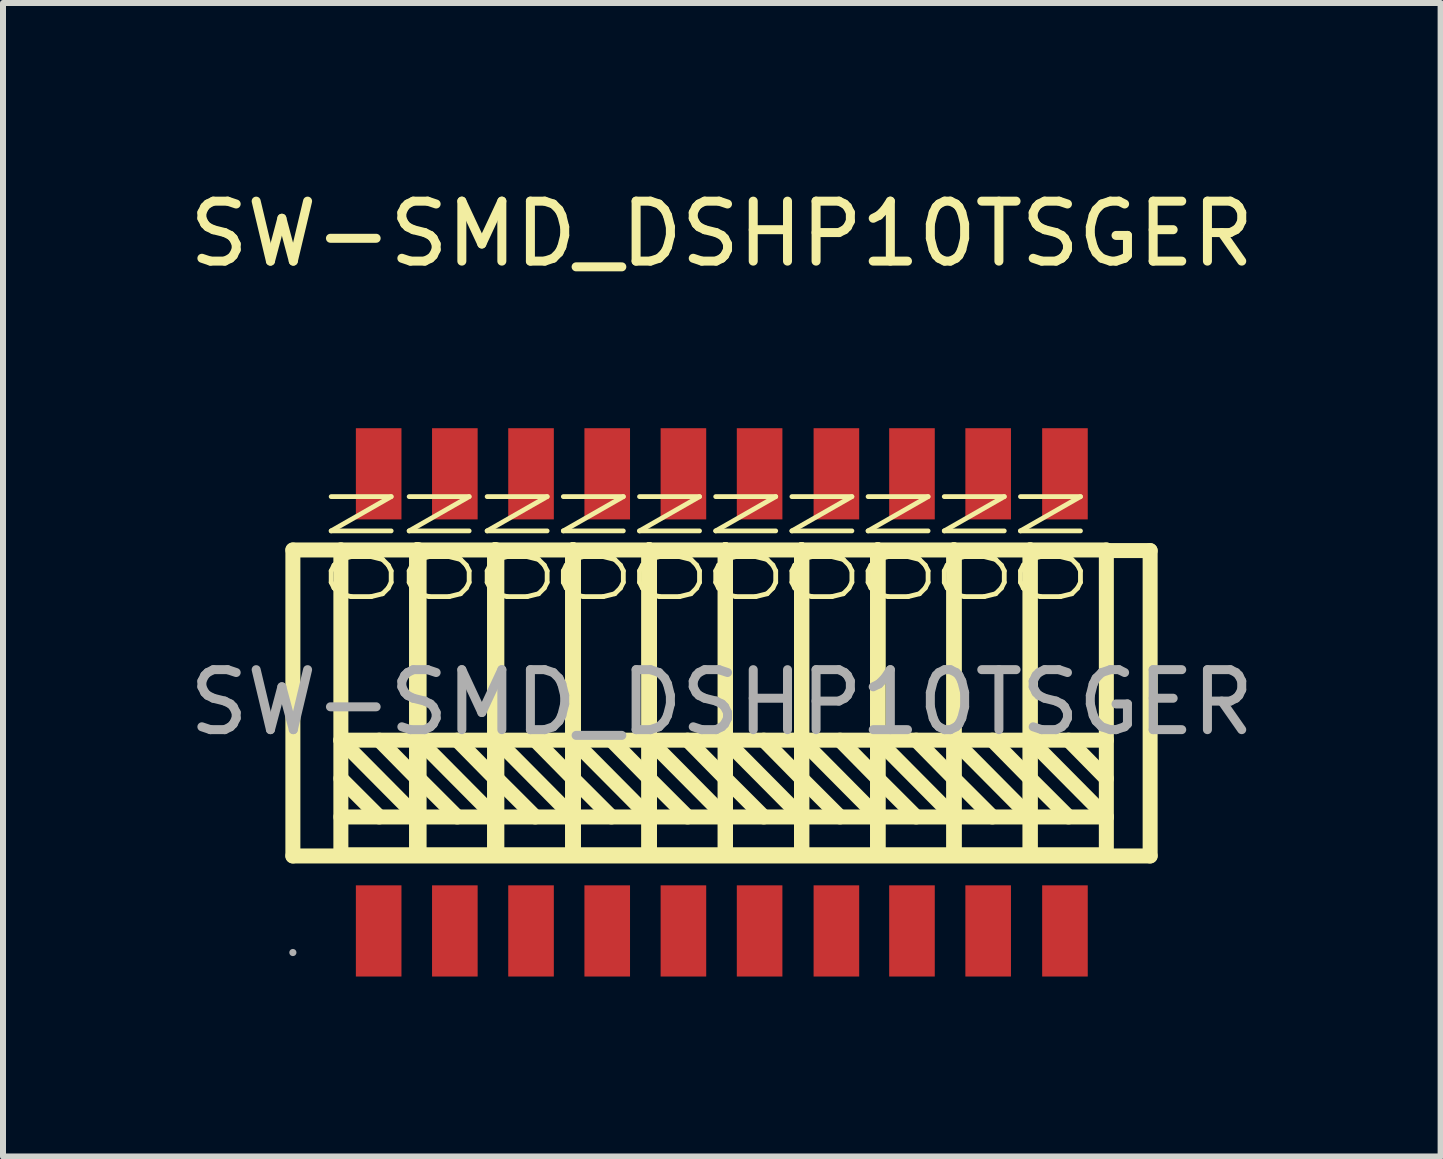
<source format=kicad_pcb>
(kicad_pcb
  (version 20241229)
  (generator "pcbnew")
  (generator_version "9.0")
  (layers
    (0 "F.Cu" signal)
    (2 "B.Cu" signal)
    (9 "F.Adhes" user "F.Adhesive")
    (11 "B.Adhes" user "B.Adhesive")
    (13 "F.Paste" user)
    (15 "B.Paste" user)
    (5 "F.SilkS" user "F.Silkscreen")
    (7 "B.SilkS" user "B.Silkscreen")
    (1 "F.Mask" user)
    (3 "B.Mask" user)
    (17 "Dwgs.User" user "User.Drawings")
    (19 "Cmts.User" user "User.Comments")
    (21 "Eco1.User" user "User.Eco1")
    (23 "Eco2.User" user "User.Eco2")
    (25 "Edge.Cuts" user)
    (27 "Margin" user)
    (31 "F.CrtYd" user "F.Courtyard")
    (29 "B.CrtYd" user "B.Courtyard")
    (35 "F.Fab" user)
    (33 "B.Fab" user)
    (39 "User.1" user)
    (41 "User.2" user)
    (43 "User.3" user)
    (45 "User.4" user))
  (footprint "SW-SMD_DSHP10TSGER"
    (layer "F.Cu")
    (at 8.982 8.658)
    (property "Reference" "SW-SMD_DSHP10TSGER" (at 0 -7.81 0) (layer "F.SilkS") (effects (font (size 1 1) (thickness 0.15))))
    (attr through_hole)
    (fp_line (start -7.15 -2.54) (end -7.15 2.56) (stroke (width 0.25) (type solid)) (layer "F.SilkS"))
    (fp_line (start -7.15 2.56) (end 7.14 2.56) (stroke (width 0.25) (type solid)) (layer "F.SilkS"))
    (fp_line (start -6.35 -2.54) (end -7.15 -2.54) (stroke (width 0.25) (type solid)) (layer "F.SilkS"))
    (fp_line (start -6.35 -2.54) (end -6.35 2.54) (stroke (width 0.25) (type solid)) (layer "F.SilkS"))
    (fp_line (start -6.35 0.63) (end -5.08 1.91) (stroke (width 0.25) (type solid)) (layer "F.SilkS"))
    (fp_line (start -6.35 1.27) (end -5.71 1.91) (stroke (width 0.25) (type solid)) (layer "F.SilkS"))
    (fp_line (start -6.35 2.54) (end -5.08 2.54) (stroke (width 0.25) (type solid)) (layer "F.SilkS"))
    (fp_line (start -5.71 0.63) (end -5.08 1.27) (stroke (width 0.25) (type solid)) (layer "F.SilkS"))
    (fp_line (start -5.08 -2.54) (end -6.35 -2.54) (stroke (width 0.25) (type solid)) (layer "F.SilkS"))
    (fp_line (start -5.08 -2.54) (end -5.08 2.54) (stroke (width 0.25) (type solid)) (layer "F.SilkS"))
    (fp_line (start -5.08 -2.54) (end -5.08 2.54) (stroke (width 0.25) (type solid)) (layer "F.SilkS"))
    (fp_line (start -5.08 -2.54) (end -5.08 2.54) (stroke (width 0.25) (type solid)) (layer "F.SilkS"))
    (fp_line (start -5.08 0.63) (end -6.35 0.63) (stroke (width 0.25) (type solid)) (layer "F.SilkS"))
    (fp_line (start -5.08 1.91) (end -6.35 1.91) (stroke (width 0.25) (type solid)) (layer "F.SilkS"))
    (fp_line (start -5.08 2.54) (end -5.08 -2.54) (stroke (width 0.25) (type solid)) (layer "F.SilkS"))
    (fp_line (start -5.08 2.54) (end -5.08 -2.54) (stroke (width 0.25) (type solid)) (layer "F.SilkS"))
    (fp_line (start -5.08 2.54) (end -5.08 -2.54) (stroke (width 0.25) (type solid)) (layer "F.SilkS"))
    (fp_line (start -5.05 -2.54) (end -3.78 -2.54) (stroke (width 0.25) (type solid)) (layer "F.SilkS"))
    (fp_line (start -5.05 0.63) (end -3.78 0.63) (stroke (width 0.25) (type solid)) (layer "F.SilkS"))
    (fp_line (start -5.05 1.27) (end -4.41 1.91) (stroke (width 0.25) (type solid)) (layer "F.SilkS"))
    (fp_line (start -5.05 1.91) (end -3.78 1.91) (stroke (width 0.25) (type solid)) (layer "F.SilkS"))
    (fp_line (start -5.05 2.54) (end -5.05 -2.54) (stroke (width 0.25) (type solid)) (layer "F.SilkS"))
    (fp_line (start -5.05 2.54) (end -5.05 -2.54) (stroke (width 0.25) (type solid)) (layer "F.SilkS"))
    (fp_line (start -4.41 0.63) (end -3.78 1.27) (stroke (width 0.25) (type solid)) (layer "F.SilkS"))
    (fp_line (start -3.78 -2.54) (end -3.78 2.54) (stroke (width 0.25) (type solid)) (layer "F.SilkS"))
    (fp_line (start -3.78 -2.54) (end -3.78 2.54) (stroke (width 0.25) (type solid)) (layer "F.SilkS"))
    (fp_line (start -3.78 -2.54) (end -3.78 2.54) (stroke (width 0.25) (type solid)) (layer "F.SilkS"))
    (fp_line (start -3.78 1.91) (end -5.05 0.63) (stroke (width 0.25) (type solid)) (layer "F.SilkS"))
    (fp_line (start -3.78 2.54) (end -5.05 2.54) (stroke (width 0.25) (type solid)) (layer "F.SilkS"))
    (fp_line (start -3.78 2.54) (end -3.78 -2.54) (stroke (width 0.25) (type solid)) (layer "F.SilkS"))
    (fp_line (start -3.78 2.54) (end -3.78 -2.54) (stroke (width 0.25) (type solid)) (layer "F.SilkS"))
    (fp_line (start -3.78 2.54) (end -3.78 -2.54) (stroke (width 0.25) (type solid)) (layer "F.SilkS"))
    (fp_line (start -3.75 -2.54) (end -3.75 2.54) (stroke (width 0.25) (type solid)) (layer "F.SilkS"))
    (fp_line (start -3.75 0.63) (end -2.48 1.91) (stroke (width 0.25) (type solid)) (layer "F.SilkS"))
    (fp_line (start -3.75 1.27) (end -3.11 1.91) (stroke (width 0.25) (type solid)) (layer "F.SilkS"))
    (fp_line (start -3.75 1.91) (end -2.48 1.91) (stroke (width 0.25) (type solid)) (layer "F.SilkS"))
    (fp_line (start -3.75 2.54) (end -2.48 2.54) (stroke (width 0.25) (type solid)) (layer "F.SilkS"))
    (fp_line (start -3.11 0.63) (end -2.48 1.27) (stroke (width 0.25) (type solid)) (layer "F.SilkS"))
    (fp_line (start -2.48 -2.54) (end -3.75 -2.54) (stroke (width 0.25) (type solid)) (layer "F.SilkS"))
    (fp_line (start -2.48 -2.54) (end -2.48 2.54) (stroke (width 0.25) (type solid)) (layer "F.SilkS"))
    (fp_line (start -2.48 -2.54) (end -2.48 2.54) (stroke (width 0.25) (type solid)) (layer "F.SilkS"))
    (fp_line (start -2.48 -2.54) (end -1.21 -2.54) (stroke (width 0.25) (type solid)) (layer "F.SilkS"))
    (fp_line (start -2.48 0.63) (end -3.75 0.63) (stroke (width 0.25) (type solid)) (layer "F.SilkS"))
    (fp_line (start -2.48 0.63) (end -1.21 1.91) (stroke (width 0.25) (type solid)) (layer "F.SilkS"))
    (fp_line (start -2.48 1.27) (end -1.84 1.91) (stroke (width 0.25) (type solid)) (layer "F.SilkS"))
    (fp_line (start -2.48 1.91) (end -1.21 1.91) (stroke (width 0.25) (type solid)) (layer "F.SilkS"))
    (fp_line (start -2.48 2.54) (end -2.48 -2.54) (stroke (width 0.25) (type solid)) (layer "F.SilkS"))
    (fp_line (start -2.48 2.54) (end -2.48 -2.54) (stroke (width 0.25) (type solid)) (layer "F.SilkS"))
    (fp_line (start -2.48 2.54) (end -2.48 -2.54) (stroke (width 0.25) (type solid)) (layer "F.SilkS"))
    (fp_line (start -2.48 2.54) (end -2.48 -2.54) (stroke (width 0.25) (type solid)) (layer "F.SilkS"))
    (fp_line (start -1.84 0.63) (end -1.21 1.27) (stroke (width 0.25) (type solid)) (layer "F.SilkS"))
    (fp_line (start -1.21 -2.54) (end -1.21 2.54) (stroke (width 0.25) (type solid)) (layer "F.SilkS"))
    (fp_line (start -1.21 -2.54) (end -1.21 2.54) (stroke (width 0.25) (type solid)) (layer "F.SilkS"))
    (fp_line (start -1.21 -2.54) (end -1.21 2.54) (stroke (width 0.25) (type solid)) (layer "F.SilkS"))
    (fp_line (start -1.21 -2.54) (end 0.06 -2.54) (stroke (width 0.25) (type solid)) (layer "F.SilkS"))
    (fp_line (start -1.21 0.63) (end -2.48 0.63) (stroke (width 0.25) (type solid)) (layer "F.SilkS"))
    (fp_line (start -1.21 0.63) (end 0.06 0.63) (stroke (width 0.25) (type solid)) (layer "F.SilkS"))
    (fp_line (start -1.21 1.27) (end -0.57 1.91) (stroke (width 0.25) (type solid)) (layer "F.SilkS"))
    (fp_line (start -1.21 1.91) (end 0.06 1.91) (stroke (width 0.25) (type solid)) (layer "F.SilkS"))
    (fp_line (start -1.21 2.54) (end -2.48 2.54) (stroke (width 0.25) (type solid)) (layer "F.SilkS"))
    (fp_line (start -1.21 2.54) (end -1.21 -2.54) (stroke (width 0.25) (type solid)) (layer "F.SilkS"))
    (fp_line (start -1.21 2.54) (end -1.21 -2.54) (stroke (width 0.25) (type solid)) (layer "F.SilkS"))
    (fp_line (start -1.21 2.54) (end -1.21 -2.54) (stroke (width 0.25) (type solid)) (layer "F.SilkS"))
    (fp_line (start -0.57 0.63) (end 0.06 1.27) (stroke (width 0.25) (type solid)) (layer "F.SilkS"))
    (fp_line (start 0.06 -2.54) (end 0.06 2.54) (stroke (width 0.25) (type solid)) (layer "F.SilkS"))
    (fp_line (start 0.06 -2.54) (end 0.06 2.54) (stroke (width 0.25) (type solid)) (layer "F.SilkS"))
    (fp_line (start 0.06 -2.54) (end 0.06 2.54) (stroke (width 0.25) (type solid)) (layer "F.SilkS"))
    (fp_line (start 0.06 -2.54) (end 1.33 -2.54) (stroke (width 0.25) (type solid)) (layer "F.SilkS"))
    (fp_line (start 0.06 0.63) (end 1.33 0.63) (stroke (width 0.25) (type solid)) (layer "F.SilkS"))
    (fp_line (start 0.06 0.63) (end 1.33 1.91) (stroke (width 0.25) (type solid)) (layer "F.SilkS"))
    (fp_line (start 0.06 1.27) (end 0.7 1.91) (stroke (width 0.25) (type solid)) (layer "F.SilkS"))
    (fp_line (start 0.06 1.91) (end -1.21 0.63) (stroke (width 0.25) (type solid)) (layer "F.SilkS"))
    (fp_line (start 0.06 2.54) (end -1.21 2.54) (stroke (width 0.25) (type solid)) (layer "F.SilkS"))
    (fp_line (start 0.06 2.54) (end 0.06 -2.54) (stroke (width 0.25) (type solid)) (layer "F.SilkS"))
    (fp_line (start 0.06 2.54) (end 0.06 -2.54) (stroke (width 0.25) (type solid)) (layer "F.SilkS"))
    (fp_line (start 0.06 2.54) (end 0.06 -2.54) (stroke (width 0.25) (type solid)) (layer "F.SilkS"))
    (fp_line (start 0.7 0.63) (end 1.33 1.27) (stroke (width 0.25) (type solid)) (layer "F.SilkS"))
    (fp_line (start 1.33 -2.54) (end 1.33 2.54) (stroke (width 0.25) (type solid)) (layer "F.SilkS"))
    (fp_line (start 1.33 -2.54) (end 1.33 2.54) (stroke (width 0.25) (type solid)) (layer "F.SilkS"))
    (fp_line (start 1.33 -2.54) (end 2.6 -2.54) (stroke (width 0.25) (type solid)) (layer "F.SilkS"))
    (fp_line (start 1.33 0.63) (end 2.6 0.63) (stroke (width 0.25) (type solid)) (layer "F.SilkS"))
    (fp_line (start 1.33 0.63) (end 2.6 1.91) (stroke (width 0.25) (type solid)) (layer "F.SilkS"))
    (fp_line (start 1.33 1.27) (end 1.97 1.91) (stroke (width 0.25) (type solid)) (layer "F.SilkS"))
    (fp_line (start 1.33 1.91) (end 0.06 1.91) (stroke (width 0.25) (type solid)) (layer "F.SilkS"))
    (fp_line (start 1.33 2.54) (end 0.06 2.54) (stroke (width 0.25) (type solid)) (layer "F.SilkS"))
    (fp_line (start 1.33 2.54) (end 1.33 -2.54) (stroke (width 0.25) (type solid)) (layer "F.SilkS"))
    (fp_line (start 1.33 2.54) (end 1.33 -2.54) (stroke (width 0.25) (type solid)) (layer "F.SilkS"))
    (fp_line (start 1.33 2.54) (end 1.33 -2.54) (stroke (width 0.25) (type solid)) (layer "F.SilkS"))
    (fp_line (start 1.97 0.63) (end 2.6 1.27) (stroke (width 0.25) (type solid)) (layer "F.SilkS"))
    (fp_line (start 2.6 -2.54) (end 2.6 2.54) (stroke (width 0.25) (type solid)) (layer "F.SilkS"))
    (fp_line (start 2.6 -2.54) (end 2.6 2.54) (stroke (width 0.25) (type solid)) (layer "F.SilkS"))
    (fp_line (start 2.6 -2.54) (end 2.6 2.54) (stroke (width 0.25) (type solid)) (layer "F.SilkS"))
    (fp_line (start 2.6 0.63) (end 3.87 0.63) (stroke (width 0.25) (type solid)) (layer "F.SilkS"))
    (fp_line (start 2.6 0.63) (end 3.87 1.91) (stroke (width 0.25) (type solid)) (layer "F.SilkS"))
    (fp_line (start 2.6 1.27) (end 3.24 1.91) (stroke (width 0.25) (type solid)) (layer "F.SilkS"))
    (fp_line (start 2.6 1.91) (end 1.33 1.91) (stroke (width 0.25) (type solid)) (layer "F.SilkS"))
    (fp_line (start 2.6 2.54) (end 1.33 2.54) (stroke (width 0.25) (type solid)) (layer "F.SilkS"))
    (fp_line (start 2.6 2.54) (end 2.6 -2.54) (stroke (width 0.25) (type solid)) (layer "F.SilkS"))
    (fp_line (start 2.6 2.54) (end 3.87 2.54) (stroke (width 0.25) (type solid)) (layer "F.SilkS"))
    (fp_line (start 3.24 0.63) (end 3.87 1.27) (stroke (width 0.25) (type solid)) (layer "F.SilkS"))
    (fp_line (start 3.87 -2.54) (end 2.6 -2.54) (stroke (width 0.25) (type solid)) (layer "F.SilkS"))
    (fp_line (start 3.87 -2.54) (end 5.14 -2.54) (stroke (width 0.25) (type solid)) (layer "F.SilkS"))
    (fp_line (start 3.87 0.63) (end 5.14 0.63) (stroke (width 0.25) (type solid)) (layer "F.SilkS"))
    (fp_line (start 3.87 1.27) (end 4.51 1.91) (stroke (width 0.25) (type solid)) (layer "F.SilkS"))
    (fp_line (start 3.87 1.91) (end 2.6 1.91) (stroke (width 0.25) (type solid)) (layer "F.SilkS"))
    (fp_line (start 3.87 2.54) (end 3.87 -2.54) (stroke (width 0.25) (type solid)) (layer "F.SilkS"))
    (fp_line (start 3.87 2.54) (end 3.87 -2.54) (stroke (width 0.25) (type solid)) (layer "F.SilkS"))
    (fp_line (start 3.87 2.54) (end 3.87 -2.54) (stroke (width 0.25) (type solid)) (layer "F.SilkS"))
    (fp_line (start 4.51 0.63) (end 5.14 1.27) (stroke (width 0.25) (type solid)) (layer "F.SilkS"))
    (fp_line (start 5.14 -2.54) (end 5.14 2.54) (stroke (width 0.25) (type solid)) (layer "F.SilkS"))
    (fp_line (start 5.14 -2.54) (end 5.14 2.54) (stroke (width 0.25) (type solid)) (layer "F.SilkS"))
    (fp_line (start 5.14 0.63) (end 6.41 1.91) (stroke (width 0.25) (type solid)) (layer "F.SilkS"))
    (fp_line (start 5.14 1.27) (end 5.78 1.91) (stroke (width 0.25) (type solid)) (layer "F.SilkS"))
    (fp_line (start 5.14 1.91) (end 3.87 0.63) (stroke (width 0.25) (type solid)) (layer "F.SilkS"))
    (fp_line (start 5.14 1.91) (end 3.87 1.91) (stroke (width 0.25) (type solid)) (layer "F.SilkS"))
    (fp_line (start 5.14 2.54) (end 3.87 2.54) (stroke (width 0.25) (type solid)) (layer "F.SilkS"))
    (fp_line (start 5.14 2.54) (end 6.41 2.54) (stroke (width 0.25) (type solid)) (layer "F.SilkS"))
    (fp_line (start 5.78 0.63) (end 6.41 1.27) (stroke (width 0.25) (type solid)) (layer "F.SilkS"))
    (fp_line (start 6.41 -2.54) (end 5.14 -2.54) (stroke (width 0.25) (type solid)) (layer "F.SilkS"))
    (fp_line (start 6.41 0.63) (end 5.14 0.63) (stroke (width 0.25) (type solid)) (layer "F.SilkS"))
    (fp_line (start 6.41 1.91) (end 5.14 1.91) (stroke (width 0.25) (type solid)) (layer "F.SilkS"))
    (fp_line (start 6.41 2.54) (end 6.41 -2.54) (stroke (width 0.25) (type solid)) (layer "F.SilkS"))
    (fp_line (start 7.14 -2.53) (end 6.41 -2.53) (stroke (width 0.25) (type solid)) (layer "F.SilkS"))
    (fp_line (start 7.14 2.56) (end 7.14 -2.53) (stroke (width 0.25) (type solid)) (layer "F.SilkS"))
    (fp_circle (center -7.15 4.17) (end -7.12 4.17) (stroke (width 0.06) (type solid)) (fill no) (layer "F.Fab"))
    (fp_text user "ON" (at -4.67 -1.52 270) (layer "F.SilkS") (effects (font (size 1 1) (thickness 0.08)) (justify left)))
    (fp_text user "ON" (at 5.52 -1.52 270) (layer "F.SilkS") (effects (font (size 1 1) (thickness 0.08)) (justify left)))
    (fp_text user "ON" (at -3.37 -1.52 270) (layer "F.SilkS") (effects (font (size 1 1) (thickness 0.08)) (justify left)))
    (fp_text user "ON" (at 2.98 -1.52 270) (layer "F.SilkS") (effects (font (size 1 1) (thickness 0.08)) (justify left)))
    (fp_text user "ON" (at -0.83 -1.52 270) (layer "F.SilkS") (effects (font (size 1 1) (thickness 0.08)) (justify left)))
    (fp_text user "ON" (at -5.97 -1.52 270) (layer "F.SilkS") (effects (font (size 1 1) (thickness 0.08)) (justify left)))
    (fp_text user "ON" (at -2.1 -1.52 270) (layer "F.SilkS") (effects (font (size 1 1) (thickness 0.08)) (justify left)))
    (fp_text user "ON" (at 1.71 -1.52 270) (layer "F.SilkS") (effects (font (size 1 1) (thickness 0.08)) (justify left)))
    (fp_text user "ON" (at 4.25 -1.52 270) (layer "F.SilkS") (effects (font (size 1 1) (thickness 0.08)) (justify left)))
    (fp_text user "ON" (at 0.44 -1.52 270) (layer "F.SilkS") (effects (font (size 1 1) (thickness 0.08)) (justify left)))
    (fp_text user "${REFERENCE}" (at 0 0 0) (layer "F.Fab") (effects (font (size 1 1) (thickness 0.15))))
    (pad "1" smd rect (at -5.72 3.81 270) (size 1.52 0.76) (layers "F.Cu" "F.Mask" "F.Paste"))
    (pad "2" smd rect (at -4.45 3.81 270) (size 1.52 0.76) (layers "F.Cu" "F.Mask" "F.Paste"))
    (pad "3" smd rect (at -3.18 3.81 270) (size 1.52 0.76) (layers "F.Cu" "F.Mask" "F.Paste"))
    (pad "4" smd rect (at -1.91 3.81 270) (size 1.52 0.76) (layers "F.Cu" "F.Mask" "F.Paste"))
    (pad "5" smd rect (at -0.64 3.81 270) (size 1.52 0.76) (layers "F.Cu" "F.Mask" "F.Paste"))
    (pad "6" smd rect (at 0.63 3.81 270) (size 1.52 0.76) (layers "F.Cu" "F.Mask" "F.Paste"))
    (pad "7" smd rect (at 1.91 3.81 270) (size 1.52 0.76) (layers "F.Cu" "F.Mask" "F.Paste"))
    (pad "8" smd rect (at 3.17 3.81 270) (size 1.52 0.76) (layers "F.Cu" "F.Mask" "F.Paste"))
    (pad "9" smd rect (at 4.44 3.81 270) (size 1.52 0.76) (layers "F.Cu" "F.Mask" "F.Paste"))
    (pad "10" smd rect (at 5.72 3.81 270) (size 1.52 0.76) (layers "F.Cu" "F.Mask" "F.Paste"))
    (pad "11" smd rect (at -5.72 -3.81 270) (size 1.52 0.76) (layers "F.Cu" "F.Mask" "F.Paste"))
    (pad "12" smd rect (at -4.45 -3.81 270) (size 1.52 0.76) (layers "F.Cu" "F.Mask" "F.Paste"))
    (pad "13" smd rect (at -3.18 -3.81 270) (size 1.52 0.76) (layers "F.Cu" "F.Mask" "F.Paste"))
    (pad "14" smd rect (at -1.91 -3.81 270) (size 1.52 0.76) (layers "F.Cu" "F.Mask" "F.Paste"))
    (pad "15" smd rect (at -0.64 -3.81 270) (size 1.52 0.76) (layers "F.Cu" "F.Mask" "F.Paste"))
    (pad "16" smd rect (at 0.63 -3.81 270) (size 1.52 0.76) (layers "F.Cu" "F.Mask" "F.Paste"))
    (pad "17" smd rect (at 1.91 -3.81 270) (size 1.52 0.76) (layers "F.Cu" "F.Mask" "F.Paste"))
    (pad "18" smd rect (at 3.17 -3.81 270) (size 1.52 0.76) (layers "F.Cu" "F.Mask" "F.Paste"))
    (pad "19" smd rect (at 4.44 -3.81 270) (size 1.52 0.76) (layers "F.Cu" "F.Mask" "F.Paste"))
    (pad "20" smd rect (at 5.72 -3.81 270) (size 1.52 0.76) (layers "F.Cu" "F.Mask" "F.Paste")))
  (gr_rect
    (start -3 -3)
    (end 20.964 16.228)
    (stroke (width 0.1) (type default))
    (fill no)
    (layer "Edge.Cuts")))
</source>
